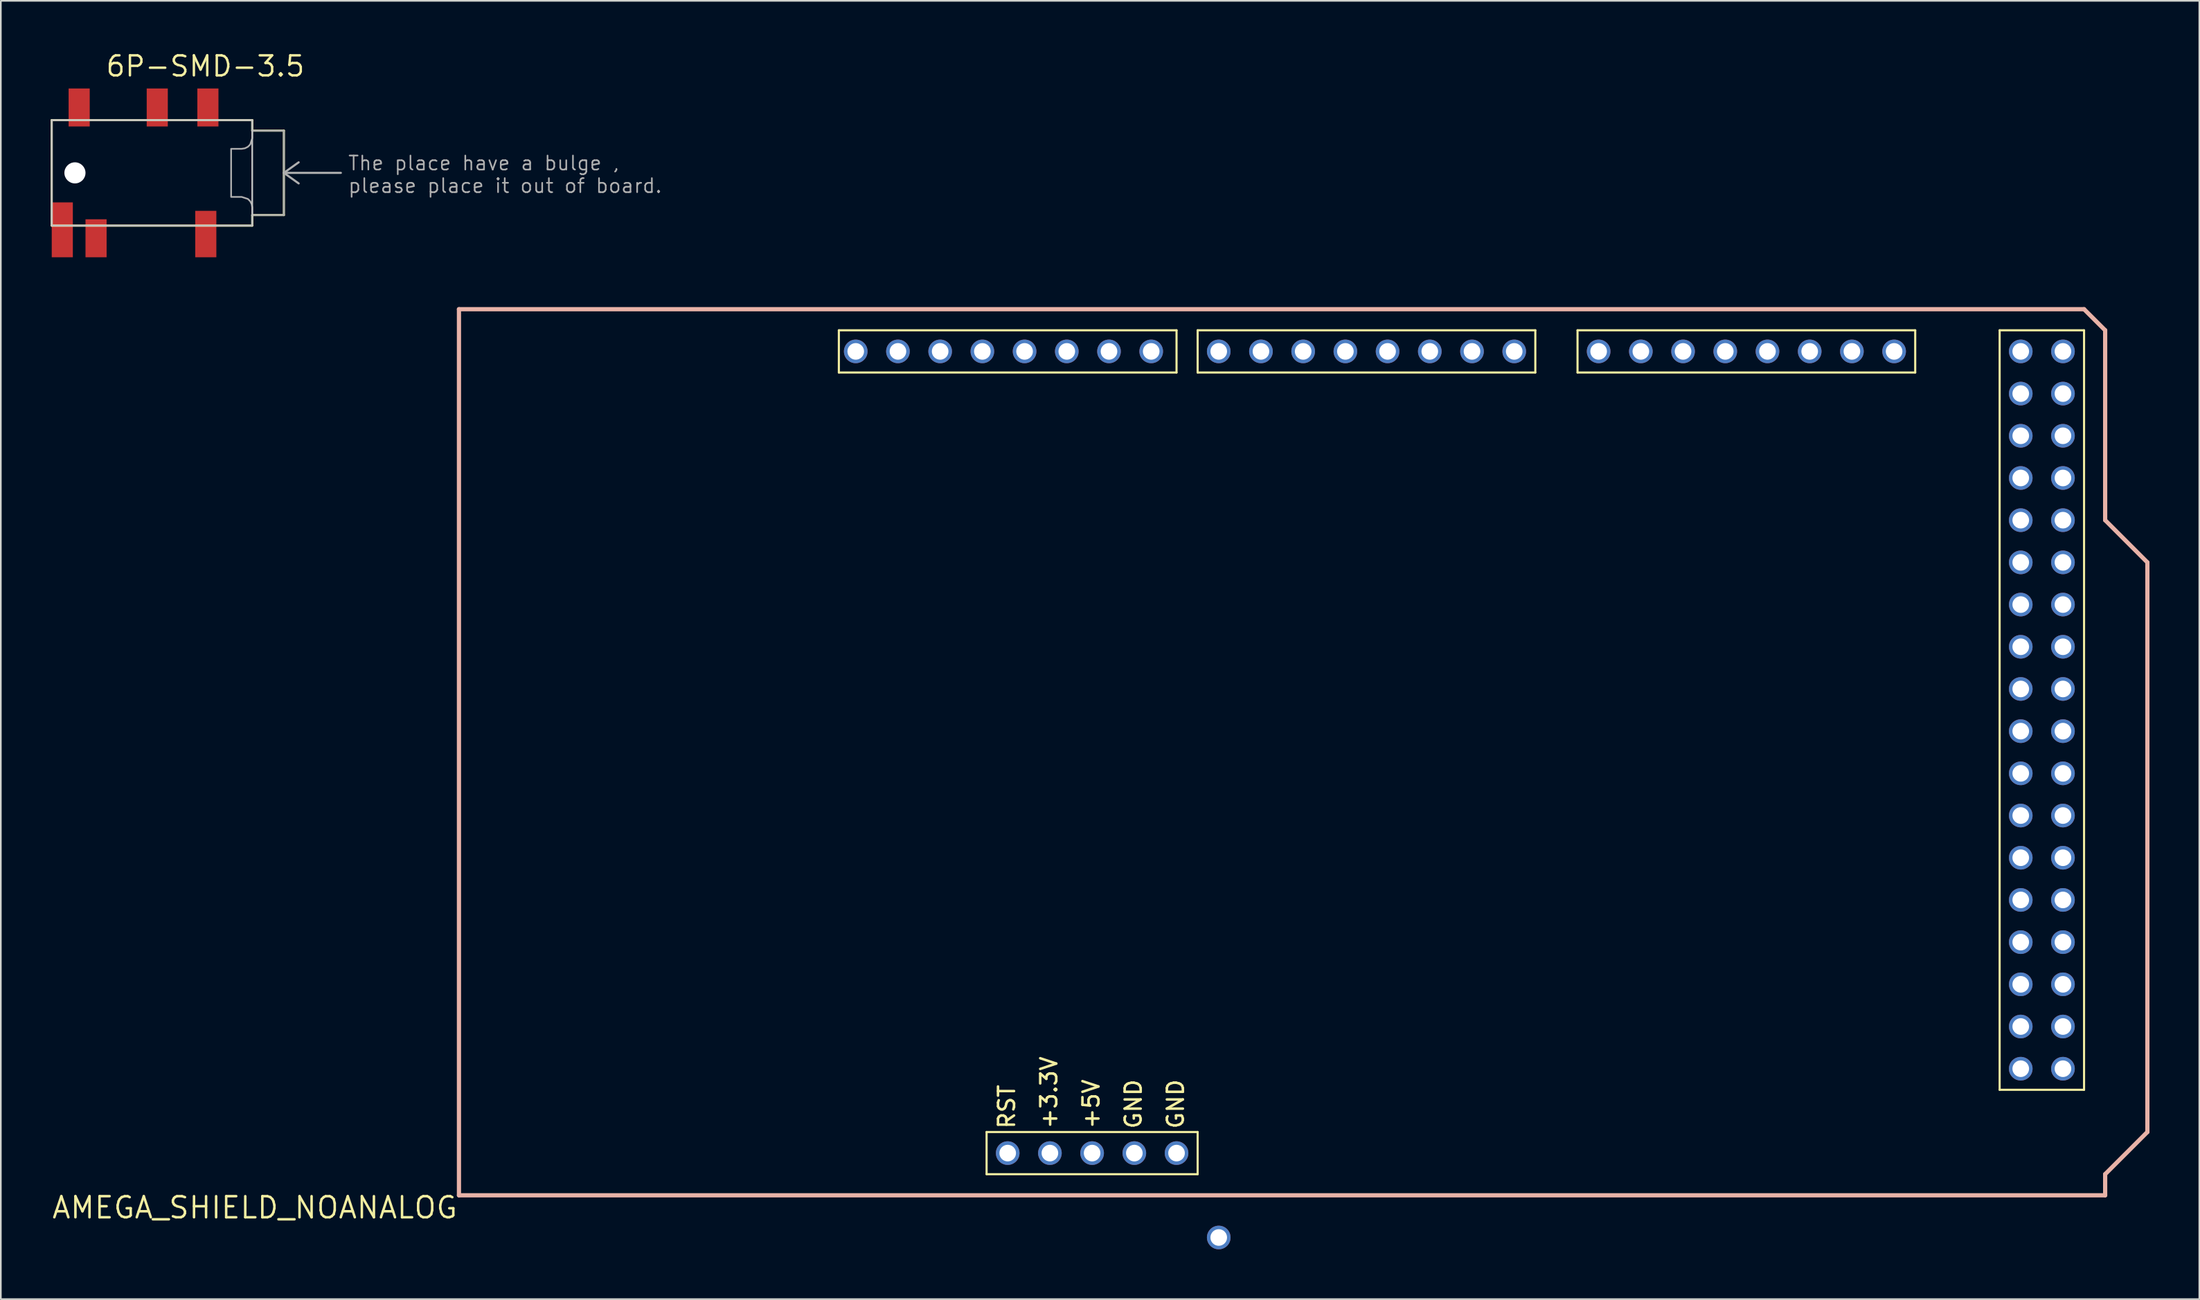
<source format=kicad_pcb>
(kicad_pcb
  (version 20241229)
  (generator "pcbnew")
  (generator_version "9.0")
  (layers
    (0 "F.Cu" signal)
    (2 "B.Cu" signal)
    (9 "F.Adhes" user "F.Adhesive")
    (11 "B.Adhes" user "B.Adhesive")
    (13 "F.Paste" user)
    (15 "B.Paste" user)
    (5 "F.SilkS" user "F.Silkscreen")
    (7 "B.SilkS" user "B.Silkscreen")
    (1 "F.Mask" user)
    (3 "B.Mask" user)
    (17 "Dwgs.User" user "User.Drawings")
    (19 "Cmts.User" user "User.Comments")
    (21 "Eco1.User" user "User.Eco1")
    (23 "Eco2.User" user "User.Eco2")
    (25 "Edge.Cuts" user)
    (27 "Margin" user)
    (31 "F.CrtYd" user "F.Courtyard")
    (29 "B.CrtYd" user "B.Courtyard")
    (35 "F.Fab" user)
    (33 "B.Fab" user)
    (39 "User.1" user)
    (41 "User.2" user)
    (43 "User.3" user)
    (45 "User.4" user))
  (footprint "AMEGA_SHIELD_NOANALOG"
    (layer "F.Cu")
    (at 24.568 68.903)
    (property "Reference" "AMEGA_SHIELD_NOANALOG" (at 0 0 0) (layer "F.SilkS") (effects (font (size 1.27 1.27) (thickness 0.15)) (justify right top)))
    (attr through_hole)
    (fp_line (start 22.86 -52.07) (end 43.18 -52.07) (stroke (width 0.127) (type solid)) (layer "F.SilkS"))
    (fp_line (start 22.86 -49.53) (end 22.86 -52.07) (stroke (width 0.127) (type solid)) (layer "F.SilkS"))
    (fp_line (start 31.75 -3.81) (end 31.75 -1.27) (stroke (width 0.127) (type solid)) (layer "F.SilkS"))
    (fp_line (start 31.75 -1.27) (end 44.45 -1.27) (stroke (width 0.127) (type solid)) (layer "F.SilkS"))
    (fp_line (start 43.18 -52.07) (end 43.18 -49.53) (stroke (width 0.127) (type solid)) (layer "F.SilkS"))
    (fp_line (start 43.18 -49.53) (end 22.86 -49.53) (stroke (width 0.127) (type solid)) (layer "F.SilkS"))
    (fp_line (start 44.45 -52.07) (end 64.77 -52.07) (stroke (width 0.127) (type solid)) (layer "F.SilkS"))
    (fp_line (start 44.45 -49.53) (end 44.45 -52.07) (stroke (width 0.127) (type solid)) (layer "F.SilkS"))
    (fp_line (start 44.45 -3.81) (end 31.75 -3.81) (stroke (width 0.127) (type solid)) (layer "F.SilkS"))
    (fp_line (start 44.45 -1.27) (end 44.45 -3.81) (stroke (width 0.127) (type solid)) (layer "F.SilkS"))
    (fp_line (start 64.77 -52.07) (end 64.77 -49.53) (stroke (width 0.127) (type solid)) (layer "F.SilkS"))
    (fp_line (start 64.77 -49.53) (end 44.45 -49.53) (stroke (width 0.127) (type solid)) (layer "F.SilkS"))
    (fp_line (start 67.31 -52.07) (end 67.31 -49.53) (stroke (width 0.127) (type solid)) (layer "F.SilkS"))
    (fp_line (start 67.31 -52.07) (end 87.63 -52.07) (stroke (width 0.127) (type solid)) (layer "F.SilkS"))
    (fp_line (start 87.63 -52.07) (end 87.63 -49.53) (stroke (width 0.127) (type solid)) (layer "F.SilkS"))
    (fp_line (start 87.63 -49.53) (end 67.31 -49.53) (stroke (width 0.127) (type solid)) (layer "F.SilkS"))
    (fp_line (start 92.71 -52.07) (end 92.71 -6.35) (stroke (width 0.127) (type solid)) (layer "F.SilkS"))
    (fp_line (start 92.71 -6.35) (end 97.79 -6.35) (stroke (width 0.127) (type solid)) (layer "F.SilkS"))
    (fp_line (start 97.79 -52.07) (end 92.71 -52.07) (stroke (width 0.127) (type solid)) (layer "F.SilkS"))
    (fp_line (start 97.79 -6.35) (end 97.79 -52.07) (stroke (width 0.127) (type solid)) (layer "F.SilkS"))
    (fp_line (start 0 -53.34) (end 0 0) (stroke (width 0.254) (type solid)) (layer "B.SilkS"))
    (fp_line (start 0 0) (end 99.06 0) (stroke (width 0.254) (type solid)) (layer "B.SilkS"))
    (fp_line (start 97.79 -53.34) (end 0 -53.34) (stroke (width 0.254) (type solid)) (layer "B.SilkS"))
    (fp_line (start 99.06 -52.07) (end 97.79 -53.34) (stroke (width 0.254) (type solid)) (layer "B.SilkS"))
    (fp_line (start 99.06 -40.64) (end 99.06 -52.07) (stroke (width 0.254) (type solid)) (layer "B.SilkS"))
    (fp_line (start 99.06 -1.27) (end 101.6 -3.81) (stroke (width 0.254) (type solid)) (layer "B.SilkS"))
    (fp_line (start 99.06 0) (end 99.06 -1.27) (stroke (width 0.254) (type solid)) (layer "B.SilkS"))
    (fp_line (start 101.6 -38.1) (end 99.06 -40.64) (stroke (width 0.254) (type solid)) (layer "B.SilkS"))
    (fp_line (start 101.6 -3.81) (end 101.6 -38.1) (stroke (width 0.254) (type solid)) (layer "B.SilkS"))
    (fp_text user "+5V" (at 38.608 -3.924 90) (layer "F.SilkS") (effects (font (size 0.965 0.965) (thickness 0.152)) (justify left bottom)))
    (fp_text user "GND" (at 43.688 -3.924 90) (layer "F.SilkS") (effects (font (size 0.965 0.965) (thickness 0.152)) (justify left bottom)))
    (fp_text user "RST" (at 33.528 -3.924 90) (layer "F.SilkS") (effects (font (size 0.965 0.965) (thickness 0.152)) (justify left bottom)))
    (fp_text user "GND" (at 41.148 -3.924 90) (layer "F.SilkS") (effects (font (size 0.965 0.965) (thickness 0.152)) (justify left bottom)))
    (fp_text user "+3.3V" (at 36.068 -3.924 90) (layer "F.SilkS") (effects (font (size 0.965 0.965) (thickness 0.152)) (justify left bottom)))
    (pad "3.3V" thru_hole circle (at 35.56 -2.54) (size 1.422 1.422) (drill 1) (layers "*.Cu" "*.Mask"))
    (pad "5V@0" thru_hole circle (at 38.1 -2.54) (size 1.422 1.422) (drill 1) (layers "*.Cu" "*.Mask"))
    (pad "5V@1" thru_hole circle (at 93.98 -50.8) (size 1.422 1.422) (drill 1) (layers "*.Cu" "*.Mask"))
    (pad "5V@2" thru_hole circle (at 96.52 -50.8) (size 1.422 1.422) (drill 1) (layers "*.Cu" "*.Mask"))
    (pad "AREF" thru_hole circle (at 23.876 -50.8) (size 1.422 1.422) (drill 1) (layers "*.Cu" "*.Mask"))
    (pad "D2" thru_hole circle (at 58.42 -50.8) (size 1.422 1.422) (drill 1) (layers "*.Cu" "*.Mask"))
    (pad "D3" thru_hole circle (at 55.88 -50.8) (size 1.422 1.422) (drill 1) (layers "*.Cu" "*.Mask"))
    (pad "D4" thru_hole circle (at 53.34 -50.8) (size 1.422 1.422) (drill 1) (layers "*.Cu" "*.Mask"))
    (pad "D5" thru_hole circle (at 50.8 -50.8) (size 1.422 1.422) (drill 1) (layers "*.Cu" "*.Mask"))
    (pad "D6" thru_hole circle (at 48.26 -50.8) (size 1.422 1.422) (drill 1) (layers "*.Cu" "*.Mask"))
    (pad "D7" thru_hole circle (at 45.72 -50.8) (size 1.422 1.422) (drill 1) (layers "*.Cu" "*.Mask"))
    (pad "D8" thru_hole circle (at 41.656 -50.8) (size 1.422 1.422) (drill 1) (layers "*.Cu" "*.Mask"))
    (pad "D9" thru_hole circle (at 39.116 -50.8) (size 1.422 1.422) (drill 1) (layers "*.Cu" "*.Mask"))
    (pad "D10" thru_hole circle (at 36.576 -50.8) (size 1.422 1.422) (drill 1) (layers "*.Cu" "*.Mask"))
    (pad "D11" thru_hole circle (at 34.036 -50.8) (size 1.422 1.422) (drill 1) (layers "*.Cu" "*.Mask"))
    (pad "D12" thru_hole circle (at 31.496 -50.8) (size 1.422 1.422) (drill 1) (layers "*.Cu" "*.Mask"))
    (pad "D13" thru_hole circle (at 28.956 -50.8) (size 1.422 1.422) (drill 1) (layers "*.Cu" "*.Mask"))
    (pad "D14" thru_hole circle (at 68.58 -50.8) (size 1.422 1.422) (drill 1) (layers "*.Cu" "*.Mask"))
    (pad "D15" thru_hole circle (at 71.12 -50.8) (size 1.422 1.422) (drill 1) (layers "*.Cu" "*.Mask"))
    (pad "D16" thru_hole circle (at 73.66 -50.8) (size 1.422 1.422) (drill 1) (layers "*.Cu" "*.Mask"))
    (pad "D17" thru_hole circle (at 76.2 -50.8) (size 1.422 1.422) (drill 1) (layers "*.Cu" "*.Mask"))
    (pad "D18" thru_hole circle (at 78.74 -50.8) (size 1.422 1.422) (drill 1) (layers "*.Cu" "*.Mask"))
    (pad "D19" thru_hole circle (at 81.28 -50.8) (size 1.422 1.422) (drill 1) (layers "*.Cu" "*.Mask"))
    (pad "D20" thru_hole circle (at 83.82 -50.8) (size 1.422 1.422) (drill 1) (layers "*.Cu" "*.Mask"))
    (pad "D21" thru_hole circle (at 86.36 -50.8) (size 1.422 1.422) (drill 1) (layers "*.Cu" "*.Mask"))
    (pad "D22" thru_hole circle (at 93.98 -48.26) (size 1.422 1.422) (drill 1) (layers "*.Cu" "*.Mask"))
    (pad "D23" thru_hole circle (at 96.52 -48.26) (size 1.422 1.422) (drill 1) (layers "*.Cu" "*.Mask"))
    (pad "D24" thru_hole circle (at 93.98 -45.72) (size 1.422 1.422) (drill 1) (layers "*.Cu" "*.Mask"))
    (pad "D25" thru_hole circle (at 96.52 -45.72) (size 1.422 1.422) (drill 1) (layers "*.Cu" "*.Mask"))
    (pad "D26" thru_hole circle (at 93.98 -43.18) (size 1.422 1.422) (drill 1) (layers "*.Cu" "*.Mask"))
    (pad "D27" thru_hole circle (at 96.52 -43.18) (size 1.422 1.422) (drill 1) (layers "*.Cu" "*.Mask"))
    (pad "D28" thru_hole circle (at 93.98 -40.64) (size 1.422 1.422) (drill 1) (layers "*.Cu" "*.Mask"))
    (pad "D29" thru_hole circle (at 96.52 -40.64) (size 1.422 1.422) (drill 1) (layers "*.Cu" "*.Mask"))
    (pad "D30" thru_hole circle (at 93.98 -38.1) (size 1.422 1.422) (drill 1) (layers "*.Cu" "*.Mask"))
    (pad "D31" thru_hole circle (at 96.52 -38.1) (size 1.422 1.422) (drill 1) (layers "*.Cu" "*.Mask"))
    (pad "D32" thru_hole circle (at 93.98 -35.56) (size 1.422 1.422) (drill 1) (layers "*.Cu" "*.Mask"))
    (pad "D33" thru_hole circle (at 96.52 -35.56) (size 1.422 1.422) (drill 1) (layers "*.Cu" "*.Mask"))
    (pad "D34" thru_hole circle (at 93.98 -33.02) (size 1.422 1.422) (drill 1) (layers "*.Cu" "*.Mask"))
    (pad "D35" thru_hole circle (at 96.52 -33.02) (size 1.422 1.422) (drill 1) (layers "*.Cu" "*.Mask"))
    (pad "D36" thru_hole circle (at 93.98 -30.48) (size 1.422 1.422) (drill 1) (layers "*.Cu" "*.Mask"))
    (pad "D37" thru_hole circle (at 96.52 -30.48) (size 1.422 1.422) (drill 1) (layers "*.Cu" "*.Mask"))
    (pad "D38" thru_hole circle (at 93.98 -27.94) (size 1.422 1.422) (drill 1) (layers "*.Cu" "*.Mask"))
    (pad "D39" thru_hole circle (at 96.52 -27.94) (size 1.422 1.422) (drill 1) (layers "*.Cu" "*.Mask"))
    (pad "D40" thru_hole circle (at 93.98 -25.4) (size 1.422 1.422) (drill 1) (layers "*.Cu" "*.Mask"))
    (pad "D41" thru_hole circle (at 96.52 -25.4) (size 1.422 1.422) (drill 1) (layers "*.Cu" "*.Mask"))
    (pad "D42" thru_hole circle (at 93.98 -22.86) (size 1.422 1.422) (drill 1) (layers "*.Cu" "*.Mask"))
    (pad "D43" thru_hole circle (at 96.52 -22.86) (size 1.422 1.422) (drill 1) (layers "*.Cu" "*.Mask"))
    (pad "D44" thru_hole circle (at 93.98 -20.32) (size 1.422 1.422) (drill 1) (layers "*.Cu" "*.Mask"))
    (pad "D45" thru_hole circle (at 96.52 -20.32) (size 1.422 1.422) (drill 1) (layers "*.Cu" "*.Mask"))
    (pad "D46" thru_hole circle (at 93.98 -17.78) (size 1.422 1.422) (drill 1) (layers "*.Cu" "*.Mask"))
    (pad "D47" thru_hole circle (at 96.52 -17.78) (size 1.422 1.422) (drill 1) (layers "*.Cu" "*.Mask"))
    (pad "D48" thru_hole circle (at 93.98 -15.24) (size 1.422 1.422) (drill 1) (layers "*.Cu" "*.Mask"))
    (pad "D49" thru_hole circle (at 96.52 -15.24) (size 1.422 1.422) (drill 1) (layers "*.Cu" "*.Mask"))
    (pad "D50" thru_hole circle (at 93.98 -12.7) (size 1.422 1.422) (drill 1) (layers "*.Cu" "*.Mask"))
    (pad "D51" thru_hole circle (at 96.52 -12.7) (size 1.422 1.422) (drill 1) (layers "*.Cu" "*.Mask"))
    (pad "D52" thru_hole circle (at 93.98 -10.16) (size 1.422 1.422) (drill 1) (layers "*.Cu" "*.Mask"))
    (pad "D53" thru_hole circle (at 96.52 -10.16) (size 1.422 1.422) (drill 1) (layers "*.Cu" "*.Mask"))
    (pad "GND@0" thru_hole circle (at 40.64 -2.54) (size 1.422 1.422) (drill 1) (layers "*.Cu" "*.Mask"))
    (pad "GND@1" thru_hole circle (at 43.18 -2.54) (size 1.422 1.422) (drill 1) (layers "*.Cu" "*.Mask"))
    (pad "GND@2" thru_hole circle (at 26.416 -50.8) (size 1.422 1.422) (drill 1) (layers "*.Cu" "*.Mask"))
    (pad "GND@3" thru_hole circle (at 93.98 -7.62) (size 1.422 1.422) (drill 1) (layers "*.Cu" "*.Mask"))
    (pad "GND@4" thru_hole circle (at 96.52 -7.62) (size 1.422 1.422) (drill 1) (layers "*.Cu" "*.Mask"))
    (pad "RES" thru_hole circle (at 33.02 -2.54) (size 1.422 1.422) (drill 1) (layers "*.Cu" "*.Mask"))
    (pad "RX" thru_hole circle (at 63.5 -50.8) (size 1.422 1.422) (drill 1) (layers "*.Cu" "*.Mask"))
    (pad "TX" thru_hole circle (at 60.96 -50.8) (size 1.422 1.422) (drill 1) (layers "*.Cu" "*.Mask"))
    (pad "VIN" thru_hole circle (at 45.72 2.54) (size 1.422 1.422) (drill 1) (layers "*.Cu" "*.Mask")))
  (footprint "6P-SMD-3.5"
    (layer "F.Cu")
    (at 7.048 7.356)
    (property "Reference" "6P-SMD-3.5" (at -3.81 -5.715 180) (layer "F.SilkS") (effects (font (size 1.206 1.206) (thickness 0.145)) (justify left bottom)))
    (attr through_hole)
    (fp_line (start -6.985 -3.175) (end -6.985 3.175) (stroke (width 0.127) (type solid)) (layer "F.SilkS"))
    (fp_line (start -6.985 3.175) (end 5.08 3.175) (stroke (width 0.127) (type solid)) (layer "F.SilkS"))
    (fp_line (start 5.08 -3.175) (end -6.985 -3.175) (stroke (width 0.127) (type solid)) (layer "F.SilkS"))
    (fp_line (start 5.08 -2.54) (end 5.08 -3.175) (stroke (width 0.127) (type solid)) (layer "F.SilkS"))
    (fp_line (start 5.08 2.54) (end 6.985 2.54) (stroke (width 0.127) (type solid)) (layer "F.SilkS"))
    (fp_line (start 5.08 3.175) (end 5.08 2.54) (stroke (width 0.127) (type solid)) (layer "F.SilkS"))
    (fp_line (start 6.985 -2.54) (end 5.08 -2.54) (stroke (width 0.127) (type solid)) (layer "F.SilkS"))
    (fp_line (start 6.985 2.54) (end 6.985 -2.54) (stroke (width 0.127) (type solid)) (layer "F.SilkS"))
    (fp_poly (pts (xy -6.985 3.175) (xy 5.08 3.175) (xy 5.08 -3.175) (xy -6.985 -3.175)) (stroke (width 0.1) (type solid)) (fill no) (layer "Dwgs.User"))
    (fp_line (start 6.985 0) (end 7.874 -0.635) (stroke (width 0.127) (type solid)) (layer "F.Fab"))
    (fp_line (start 6.985 0) (end 7.874 0.635) (stroke (width 0.127) (type solid)) (layer "F.Fab"))
    (fp_line (start 6.985 0) (end 10.414 0) (stroke (width 0.127) (type solid)) (layer "F.Fab"))
    (fp_poly (pts (xy 3.81 -1.448) (xy 4.445 -1.448) (xy 4.641 -1.479) (xy 4.818 -1.569) (xy 4.959 -1.71) (xy 5.08 -2.083) (xy 5.08 -2.54) (xy 6.985 -2.54) (xy 6.985 2.54) (xy 5.08 2.54) (xy 5.08 2.083) (xy 5.049 1.887) (xy 4.959 1.71) (xy 4.818 1.569) (xy 4.445 1.448) (xy 3.81 1.448)) (stroke (width 0.1) (type solid)) (fill no) (layer "F.Fab"))
    (fp_text user "The place have a bulge ,\nplease place it out of board." (at 10.795 1.27 0) (layer "F.Fab") (effects (font (size 0.845 0.845) (thickness 0.098)) (justify left bottom)))
    (pad "" np_thru_hole circle (at -5.588 0) (size 1.27 1.27) (drill 1.27) (layers "*.Cu" "*.Mask"))
    (pad "COM1" smd rect (at 2.413 -3.937 90) (size 2.286 1.27) (layers "F.Cu" "F.Mask" "F.Paste"))
    (pad "COM2" smd rect (at 2.286 3.683 90) (size 2.794 1.27) (layers "F.Cu" "F.Mask" "F.Paste"))
    (pad "L" smd rect (at -4.318 3.937 90) (size 2.286 1.27) (layers "F.Cu" "F.Mask" "F.Paste"))
    (pad "LS" smd rect (at -6.35 3.429 90) (size 3.302 1.27) (layers "F.Cu" "F.Mask" "F.Paste"))
    (pad "R" smd rect (at -0.635 -3.937 90) (size 2.286 1.27) (layers "F.Cu" "F.Mask" "F.Paste"))
    (pad "RS" smd rect (at -5.334 -3.937 90) (size 2.286 1.27) (layers "F.Cu" "F.Mask" "F.Paste")))
  (gr_rect
    (start -3 -3)
    (end 129.295 75.154)
    (stroke (width 0.1) (type default))
    (fill no)
    (layer "Edge.Cuts")))
</source>
